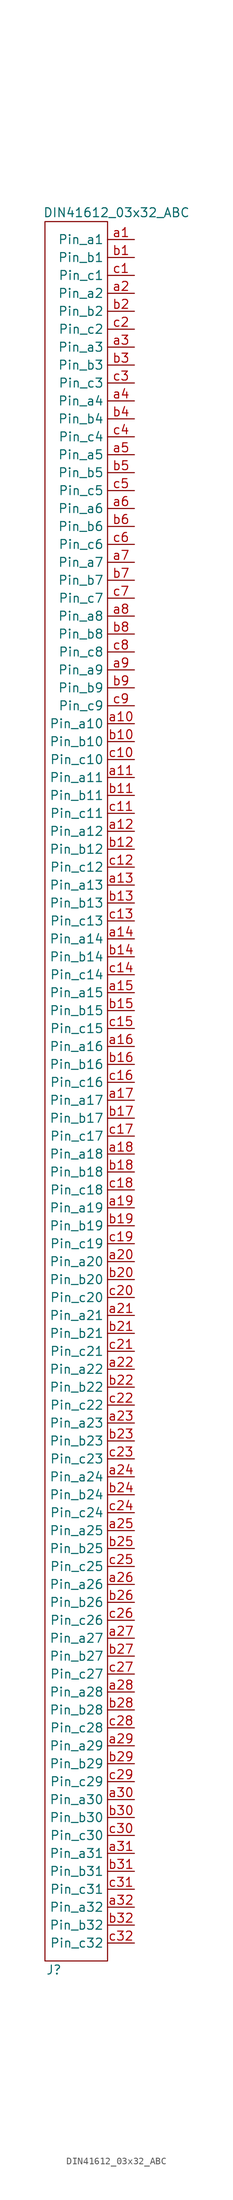
<source format=kicad_sym>
(kicad_symbol_lib
  (version 20211014)
  (generator kicad_symbol_editor)
  (symbol "DIN41612_03x32_ABC"
    (property "Reference" "J"
      (at -7.62 -124.46 0)
      (effects (font (size 1.27 1.27))))
    (property "Value" "DIN41612_03x32_ABC"
      (at 1.27 124.46 0)
      (effects (font (size 1.27 1.27))))
    (symbol "DIN41612_03x32_ABC_0_1"
      (rectangle (start 0 123.19) (end -8.89 -123.19) (stroke (width 0) (type default) (color 0 0 0 0)) (fill (type none))))
    (symbol "DIN41612_03x32_ABC_1_1"
      (pin passive line (at 3.81 120.65 180) (length 3.81) (name "Pin_a1" (effects (font (size 1.27 1.27)))) (number "a1" (effects (font (size 1.27 1.27)))))
      (pin passive line (at 3.81 52.07 180) (length 3.81) (name "Pin_a10" (effects (font (size 1.27 1.27)))) (number "a10" (effects (font (size 1.27 1.27)))))
      (pin passive line (at 3.81 44.45 180) (length 3.81) (name "Pin_a11" (effects (font (size 1.27 1.27)))) (number "a11" (effects (font (size 1.27 1.27)))))
      (pin passive line (at 3.81 36.83 180) (length 3.81) (name "Pin_a12" (effects (font (size 1.27 1.27)))) (number "a12" (effects (font (size 1.27 1.27)))))
      (pin passive line (at 3.81 29.21 180) (length 3.81) (name "Pin_a13" (effects (font (size 1.27 1.27)))) (number "a13" (effects (font (size 1.27 1.27)))))
      (pin passive line (at 3.81 21.59 180) (length 3.81) (name "Pin_a14" (effects (font (size 1.27 1.27)))) (number "a14" (effects (font (size 1.27 1.27)))))
      (pin passive line (at 3.81 13.97 180) (length 3.81) (name "Pin_a15" (effects (font (size 1.27 1.27)))) (number "a15" (effects (font (size 1.27 1.27)))))
      (pin passive line (at 3.81 6.35 180) (length 3.81) (name "Pin_a16" (effects (font (size 1.27 1.27)))) (number "a16" (effects (font (size 1.27 1.27)))))
      (pin passive line (at 3.81 -1.27 180) (length 3.81) (name "Pin_a17" (effects (font (size 1.27 1.27)))) (number "a17" (effects (font (size 1.27 1.27)))))
      (pin passive line (at 3.81 -8.89 180) (length 3.81) (name "Pin_a18" (effects (font (size 1.27 1.27)))) (number "a18" (effects (font (size 1.27 1.27)))))
      (pin passive line (at 3.81 -16.51 180) (length 3.81) (name "Pin_a19" (effects (font (size 1.27 1.27)))) (number "a19" (effects (font (size 1.27 1.27)))))
      (pin passive line (at 3.81 113.03 180) (length 3.81) (name "Pin_a2" (effects (font (size 1.27 1.27)))) (number "a2" (effects (font (size 1.27 1.27)))))
      (pin passive line (at 3.81 -24.13 180) (length 3.81) (name "Pin_a20" (effects (font (size 1.27 1.27)))) (number "a20" (effects (font (size 1.27 1.27)))))
      (pin passive line (at 3.81 -31.75 180) (length 3.81) (name "Pin_a21" (effects (font (size 1.27 1.27)))) (number "a21" (effects (font (size 1.27 1.27)))))
      (pin passive line (at 3.81 -39.37 180) (length 3.81) (name "Pin_a22" (effects (font (size 1.27 1.27)))) (number "a22" (effects (font (size 1.27 1.27)))))
      (pin passive line (at 3.81 -46.99 180) (length 3.81) (name "Pin_a23" (effects (font (size 1.27 1.27)))) (number "a23" (effects (font (size 1.27 1.27)))))
      (pin passive line (at 3.81 -54.61 180) (length 3.81) (name "Pin_a24" (effects (font (size 1.27 1.27)))) (number "a24" (effects (font (size 1.27 1.27)))))
      (pin passive line (at 3.81 -62.23 180) (length 3.81) (name "Pin_a25" (effects (font (size 1.27 1.27)))) (number "a25" (effects (font (size 1.27 1.27)))))
      (pin passive line (at 3.81 -69.85 180) (length 3.81) (name "Pin_a26" (effects (font (size 1.27 1.27)))) (number "a26" (effects (font (size 1.27 1.27)))))
      (pin passive line (at 3.81 -77.47 180) (length 3.81) (name "Pin_a27" (effects (font (size 1.27 1.27)))) (number "a27" (effects (font (size 1.27 1.27)))))
      (pin passive line (at 3.81 -85.09 180) (length 3.81) (name "Pin_a28" (effects (font (size 1.27 1.27)))) (number "a28" (effects (font (size 1.27 1.27)))))
      (pin passive line (at 3.81 -92.71 180) (length 3.81) (name "Pin_a29" (effects (font (size 1.27 1.27)))) (number "a29" (effects (font (size 1.27 1.27)))))
      (pin passive line (at 3.81 105.41 180) (length 3.81) (name "Pin_a3" (effects (font (size 1.27 1.27)))) (number "a3" (effects (font (size 1.27 1.27)))))
      (pin passive line (at 3.81 -100.33 180) (length 3.81) (name "Pin_a30" (effects (font (size 1.27 1.27)))) (number "a30" (effects (font (size 1.27 1.27)))))
      (pin passive line (at 3.81 -107.95 180) (length 3.81) (name "Pin_a31" (effects (font (size 1.27 1.27)))) (number "a31" (effects (font (size 1.27 1.27)))))
      (pin passive line (at 3.81 -115.57 180) (length 3.81) (name "Pin_a32" (effects (font (size 1.27 1.27)))) (number "a32" (effects (font (size 1.27 1.27)))))
      (pin passive line (at 3.81 97.79 180) (length 3.81) (name "Pin_a4" (effects (font (size 1.27 1.27)))) (number "a4" (effects (font (size 1.27 1.27)))))
      (pin passive line (at 3.81 90.17 180) (length 3.81) (name "Pin_a5" (effects (font (size 1.27 1.27)))) (number "a5" (effects (font (size 1.27 1.27)))))
      (pin passive line (at 3.81 82.55 180) (length 3.81) (name "Pin_a6" (effects (font (size 1.27 1.27)))) (number "a6" (effects (font (size 1.27 1.27)))))
      (pin passive line (at 3.81 74.93 180) (length 3.81) (name "Pin_a7" (effects (font (size 1.27 1.27)))) (number "a7" (effects (font (size 1.27 1.27)))))
      (pin passive line (at 3.81 67.31 180) (length 3.81) (name "Pin_a8" (effects (font (size 1.27 1.27)))) (number "a8" (effects (font (size 1.27 1.27)))))
      (pin passive line (at 3.81 59.69 180) (length 3.81) (name "Pin_a9" (effects (font (size 1.27 1.27)))) (number "a9" (effects (font (size 1.27 1.27)))))
      (pin passive line (at 3.81 118.11 180) (length 3.81) (name "Pin_b1" (effects (font (size 1.27 1.27)))) (number "b1" (effects (font (size 1.27 1.27)))))
      (pin passive line (at 3.81 49.53 180) (length 3.81) (name "Pin_b10" (effects (font (size 1.27 1.27)))) (number "b10" (effects (font (size 1.27 1.27)))))
      (pin passive line (at 3.81 41.91 180) (length 3.81) (name "Pin_b11" (effects (font (size 1.27 1.27)))) (number "b11" (effects (font (size 1.27 1.27)))))
      (pin passive line (at 3.81 34.29 180) (length 3.81) (name "Pin_b12" (effects (font (size 1.27 1.27)))) (number "b12" (effects (font (size 1.27 1.27)))))
      (pin passive line (at 3.81 26.67 180) (length 3.81) (name "Pin_b13" (effects (font (size 1.27 1.27)))) (number "b13" (effects (font (size 1.27 1.27)))))
      (pin passive line (at 3.81 19.05 180) (length 3.81) (name "Pin_b14" (effects (font (size 1.27 1.27)))) (number "b14" (effects (font (size 1.27 1.27)))))
      (pin passive line (at 3.81 11.43 180) (length 3.81) (name "Pin_b15" (effects (font (size 1.27 1.27)))) (number "b15" (effects (font (size 1.27 1.27)))))
      (pin passive line (at 3.81 3.81 180) (length 3.81) (name "Pin_b16" (effects (font (size 1.27 1.27)))) (number "b16" (effects (font (size 1.27 1.27)))))
      (pin passive line (at 3.81 -3.81 180) (length 3.81) (name "Pin_b17" (effects (font (size 1.27 1.27)))) (number "b17" (effects (font (size 1.27 1.27)))))
      (pin passive line (at 3.81 -11.43 180) (length 3.81) (name "Pin_b18" (effects (font (size 1.27 1.27)))) (number "b18" (effects (font (size 1.27 1.27)))))
      (pin passive line (at 3.81 -19.05 180) (length 3.81) (name "Pin_b19" (effects (font (size 1.27 1.27)))) (number "b19" (effects (font (size 1.27 1.27)))))
      (pin passive line (at 3.81 110.49 180) (length 3.81) (name "Pin_b2" (effects (font (size 1.27 1.27)))) (number "b2" (effects (font (size 1.27 1.27)))))
      (pin passive line (at 3.81 -26.67 180) (length 3.81) (name "Pin_b20" (effects (font (size 1.27 1.27)))) (number "b20" (effects (font (size 1.27 1.27)))))
      (pin passive line (at 3.81 -34.29 180) (length 3.81) (name "Pin_b21" (effects (font (size 1.27 1.27)))) (number "b21" (effects (font (size 1.27 1.27)))))
      (pin passive line (at 3.81 -41.91 180) (length 3.81) (name "Pin_b22" (effects (font (size 1.27 1.27)))) (number "b22" (effects (font (size 1.27 1.27)))))
      (pin passive line (at 3.81 -49.53 180) (length 3.81) (name "Pin_b23" (effects (font (size 1.27 1.27)))) (number "b23" (effects (font (size 1.27 1.27)))))
      (pin passive line (at 3.81 -57.15 180) (length 3.81) (name "Pin_b24" (effects (font (size 1.27 1.27)))) (number "b24" (effects (font (size 1.27 1.27)))))
      (pin passive line (at 3.81 -64.77 180) (length 3.81) (name "Pin_b25" (effects (font (size 1.27 1.27)))) (number "b25" (effects (font (size 1.27 1.27)))))
      (pin passive line (at 3.81 -72.39 180) (length 3.81) (name "Pin_b26" (effects (font (size 1.27 1.27)))) (number "b26" (effects (font (size 1.27 1.27)))))
      (pin passive line (at 3.81 -80.01 180) (length 3.81) (name "Pin_b27" (effects (font (size 1.27 1.27)))) (number "b27" (effects (font (size 1.27 1.27)))))
      (pin passive line (at 3.81 -87.63 180) (length 3.81) (name "Pin_b28" (effects (font (size 1.27 1.27)))) (number "b28" (effects (font (size 1.27 1.27)))))
      (pin passive line (at 3.81 -95.25 180) (length 3.81) (name "Pin_b29" (effects (font (size 1.27 1.27)))) (number "b29" (effects (font (size 1.27 1.27)))))
      (pin passive line (at 3.81 102.87 180) (length 3.81) (name "Pin_b3" (effects (font (size 1.27 1.27)))) (number "b3" (effects (font (size 1.27 1.27)))))
      (pin passive line (at 3.81 -102.87 180) (length 3.81) (name "Pin_b30" (effects (font (size 1.27 1.27)))) (number "b30" (effects (font (size 1.27 1.27)))))
      (pin passive line (at 3.81 -110.49 180) (length 3.81) (name "Pin_b31" (effects (font (size 1.27 1.27)))) (number "b31" (effects (font (size 1.27 1.27)))))
      (pin passive line (at 3.81 -118.11 180) (length 3.81) (name "Pin_b32" (effects (font (size 1.27 1.27)))) (number "b32" (effects (font (size 1.27 1.27)))))
      (pin passive line (at 3.81 95.25 180) (length 3.81) (name "Pin_b4" (effects (font (size 1.27 1.27)))) (number "b4" (effects (font (size 1.27 1.27)))))
      (pin passive line (at 3.81 87.63 180) (length 3.81) (name "Pin_b5" (effects (font (size 1.27 1.27)))) (number "b5" (effects (font (size 1.27 1.27)))))
      (pin passive line (at 3.81 80.01 180) (length 3.81) (name "Pin_b6" (effects (font (size 1.27 1.27)))) (number "b6" (effects (font (size 1.27 1.27)))))
      (pin passive line (at 3.81 72.39 180) (length 3.81) (name "Pin_b7" (effects (font (size 1.27 1.27)))) (number "b7" (effects (font (size 1.27 1.27)))))
      (pin passive line (at 3.81 64.77 180) (length 3.81) (name "Pin_b8" (effects (font (size 1.27 1.27)))) (number "b8" (effects (font (size 1.27 1.27)))))
      (pin passive line (at 3.81 57.15 180) (length 3.81) (name "Pin_b9" (effects (font (size 1.27 1.27)))) (number "b9" (effects (font (size 1.27 1.27)))))
      (pin passive line (at 3.81 115.57 180) (length 3.81) (name "Pin_c1" (effects (font (size 1.27 1.27)))) (number "c1" (effects (font (size 1.27 1.27)))))
      (pin passive line (at 3.81 46.99 180) (length 3.81) (name "Pin_c10" (effects (font (size 1.27 1.27)))) (number "c10" (effects (font (size 1.27 1.27)))))
      (pin passive line (at 3.81 39.37 180) (length 3.81) (name "Pin_c11" (effects (font (size 1.27 1.27)))) (number "c11" (effects (font (size 1.27 1.27)))))
      (pin passive line (at 3.81 31.75 180) (length 3.81) (name "Pin_c12" (effects (font (size 1.27 1.27)))) (number "c12" (effects (font (size 1.27 1.27)))))
      (pin passive line (at 3.81 24.13 180) (length 3.81) (name "Pin_c13" (effects (font (size 1.27 1.27)))) (number "c13" (effects (font (size 1.27 1.27)))))
      (pin passive line (at 3.81 16.51 180) (length 3.81) (name "Pin_c14" (effects (font (size 1.27 1.27)))) (number "c14" (effects (font (size 1.27 1.27)))))
      (pin passive line (at 3.81 8.89 180) (length 3.81) (name "Pin_c15" (effects (font (size 1.27 1.27)))) (number "c15" (effects (font (size 1.27 1.27)))))
      (pin passive line (at 3.81 1.27 180) (length 3.81) (name "Pin_c16" (effects (font (size 1.27 1.27)))) (number "c16" (effects (font (size 1.27 1.27)))))
      (pin passive line (at 3.81 -6.35 180) (length 3.81) (name "Pin_c17" (effects (font (size 1.27 1.27)))) (number "c17" (effects (font (size 1.27 1.27)))))
      (pin passive line (at 3.81 -13.97 180) (length 3.81) (name "Pin_c18" (effects (font (size 1.27 1.27)))) (number "c18" (effects (font (size 1.27 1.27)))))
      (pin passive line (at 3.81 -21.59 180) (length 3.81) (name "Pin_c19" (effects (font (size 1.27 1.27)))) (number "c19" (effects (font (size 1.27 1.27)))))
      (pin passive line (at 3.81 107.95 180) (length 3.81) (name "Pin_c2" (effects (font (size 1.27 1.27)))) (number "c2" (effects (font (size 1.27 1.27)))))
      (pin passive line (at 3.81 -29.21 180) (length 3.81) (name "Pin_c20" (effects (font (size 1.27 1.27)))) (number "c20" (effects (font (size 1.27 1.27)))))
      (pin passive line (at 3.81 -36.83 180) (length 3.81) (name "Pin_c21" (effects (font (size 1.27 1.27)))) (number "c21" (effects (font (size 1.27 1.27)))))
      (pin passive line (at 3.81 -44.45 180) (length 3.81) (name "Pin_c22" (effects (font (size 1.27 1.27)))) (number "c22" (effects (font (size 1.27 1.27)))))
      (pin passive line (at 3.81 -52.07 180) (length 3.81) (name "Pin_c23" (effects (font (size 1.27 1.27)))) (number "c23" (effects (font (size 1.27 1.27)))))
      (pin passive line (at 3.81 -59.69 180) (length 3.81) (name "Pin_c24" (effects (font (size 1.27 1.27)))) (number "c24" (effects (font (size 1.27 1.27)))))
      (pin passive line (at 3.81 -67.31 180) (length 3.81) (name "Pin_c25" (effects (font (size 1.27 1.27)))) (number "c25" (effects (font (size 1.27 1.27)))))
      (pin passive line (at 3.81 -74.93 180) (length 3.81) (name "Pin_c26" (effects (font (size 1.27 1.27)))) (number "c26" (effects (font (size 1.27 1.27)))))
      (pin passive line (at 3.81 -82.55 180) (length 3.81) (name "Pin_c27" (effects (font (size 1.27 1.27)))) (number "c27" (effects (font (size 1.27 1.27)))))
      (pin passive line (at 3.81 -90.17 180) (length 3.81) (name "Pin_c28" (effects (font (size 1.27 1.27)))) (number "c28" (effects (font (size 1.27 1.27)))))
      (pin passive line (at 3.81 -97.79 180) (length 3.81) (name "Pin_c29" (effects (font (size 1.27 1.27)))) (number "c29" (effects (font (size 1.27 1.27)))))
      (pin passive line (at 3.81 100.33 180) (length 3.81) (name "Pin_c3" (effects (font (size 1.27 1.27)))) (number "c3" (effects (font (size 1.27 1.27)))))
      (pin passive line (at 3.81 -105.41 180) (length 3.81) (name "Pin_c30" (effects (font (size 1.27 1.27)))) (number "c30" (effects (font (size 1.27 1.27)))))
      (pin passive line (at 3.81 -113.03 180) (length 3.81) (name "Pin_c31" (effects (font (size 1.27 1.27)))) (number "c31" (effects (font (size 1.27 1.27)))))
      (pin passive line (at 3.81 -120.65 180) (length 3.81) (name "Pin_c32" (effects (font (size 1.27 1.27)))) (number "c32" (effects (font (size 1.27 1.27)))))
      (pin passive line (at 3.81 92.71 180) (length 3.81) (name "Pin_c4" (effects (font (size 1.27 1.27)))) (number "c4" (effects (font (size 1.27 1.27)))))
      (pin passive line (at 3.81 85.09 180) (length 3.81) (name "Pin_c5" (effects (font (size 1.27 1.27)))) (number "c5" (effects (font (size 1.27 1.27)))))
      (pin passive line (at 3.81 77.47 180) (length 3.81) (name "Pin_c6" (effects (font (size 1.27 1.27)))) (number "c6" (effects (font (size 1.27 1.27)))))
      (pin passive line (at 3.81 69.85 180) (length 3.81) (name "Pin_c7" (effects (font (size 1.27 1.27)))) (number "c7" (effects (font (size 1.27 1.27)))))
      (pin passive line (at 3.81 62.23 180) (length 3.81) (name "Pin_c8" (effects (font (size 1.27 1.27)))) (number "c8" (effects (font (size 1.27 1.27)))))
      (pin passive line (at 3.81 54.61 180) (length 3.81) (name "Pin_c9" (effects (font (size 1.27 1.27)))) (number "c9" (effects (font (size 1.27 1.27))))))))
</source>
